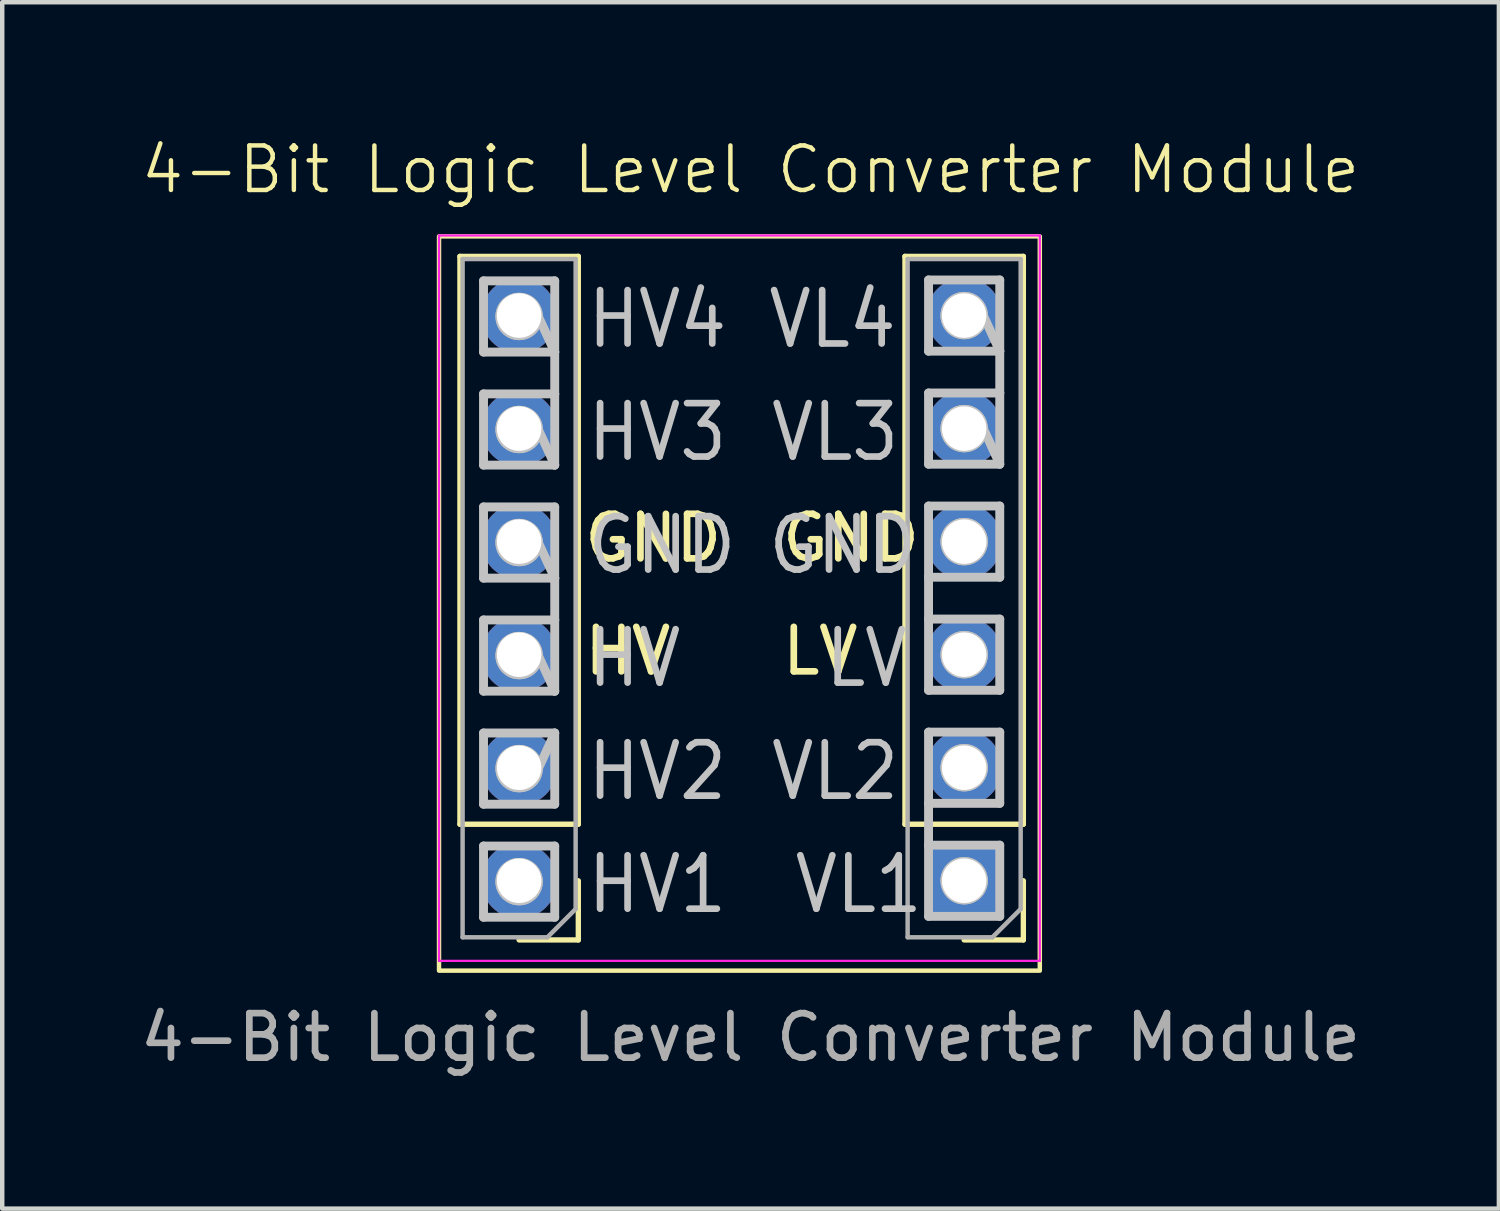
<source format=kicad_pcb>
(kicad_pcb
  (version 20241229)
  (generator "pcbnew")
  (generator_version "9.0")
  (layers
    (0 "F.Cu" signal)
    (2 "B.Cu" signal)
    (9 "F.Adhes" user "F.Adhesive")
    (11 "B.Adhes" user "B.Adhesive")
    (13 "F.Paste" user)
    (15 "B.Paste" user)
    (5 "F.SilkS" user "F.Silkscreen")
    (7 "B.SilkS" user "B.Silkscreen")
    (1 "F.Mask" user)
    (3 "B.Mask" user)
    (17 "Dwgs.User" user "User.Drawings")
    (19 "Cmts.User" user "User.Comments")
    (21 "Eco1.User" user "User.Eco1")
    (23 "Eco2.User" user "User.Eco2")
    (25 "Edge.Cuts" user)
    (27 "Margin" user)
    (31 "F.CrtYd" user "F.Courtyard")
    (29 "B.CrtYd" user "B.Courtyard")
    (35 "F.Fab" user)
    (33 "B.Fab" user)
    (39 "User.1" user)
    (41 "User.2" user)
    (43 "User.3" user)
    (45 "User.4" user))
  (footprint "4-Bit Logic Level Converter Module"
    (layer "F.Cu")
    (at 13.815 10.261)
    (property "Reference" "4-Bit Logic Level Converter Module" (at 0 -9.5 0) (unlocked yes) (layer "F.SilkS") (effects (font (size 1 1) (thickness 0.1))))
    (attr through_hole)
    (fp_line (start -6.53 5.21) (end -6.53 -7.55) (stroke (width 0.12) (type solid)) (layer "F.SilkS"))
    (fp_line (start -3.87 -7.55) (end -6.53 -7.55) (stroke (width 0.12) (type solid)) (layer "F.SilkS"))
    (fp_line (start -3.87 5.21) (end -6.53 5.21) (stroke (width 0.12) (type solid)) (layer "F.SilkS"))
    (fp_line (start -3.87 5.21) (end -3.87 -7.55) (stroke (width 0.12) (type solid)) (layer "F.SilkS"))
    (fp_line (start -3.87 6.48) (end -3.87 7.81) (stroke (width 0.12) (type solid)) (layer "F.SilkS"))
    (fp_line (start -3.87 7.81) (end -5.2 7.81) (stroke (width 0.12) (type solid)) (layer "F.SilkS"))
    (fp_line (start 3.47 5.21) (end 3.47 -7.55) (stroke (width 0.12) (type solid)) (layer "F.SilkS"))
    (fp_line (start 6.13 -7.55) (end 3.47 -7.55) (stroke (width 0.12) (type solid)) (layer "F.SilkS"))
    (fp_line (start 6.13 5.21) (end 3.47 5.21) (stroke (width 0.12) (type solid)) (layer "F.SilkS"))
    (fp_line (start 6.13 5.21) (end 6.13 -7.55) (stroke (width 0.12) (type solid)) (layer "F.SilkS"))
    (fp_line (start 6.13 6.48) (end 6.13 7.81) (stroke (width 0.12) (type solid)) (layer "F.SilkS"))
    (fp_line (start 6.13 7.81) (end 4.8 7.81) (stroke (width 0.12) (type solid)) (layer "F.SilkS"))
    (fp_rect (start -7 -8) (end 6.5 8.5) (stroke (width 0.1) (type default)) (fill no) (layer "F.SilkS"))
    (fp_line (start -6 -7) (end -4.4 -7) (stroke (width 0.2) (type default)) (layer "Dwgs.User"))
    (fp_line (start -6 -5.4) (end -6 -7) (stroke (width 0.2) (type default)) (layer "Dwgs.User"))
    (fp_line (start -6 -4.46) (end -4.4 -4.46) (stroke (width 0.2) (type default)) (layer "Dwgs.User"))
    (fp_line (start -6 -2.86) (end -6 -4.46) (stroke (width 0.2) (type default)) (layer "Dwgs.User"))
    (fp_line (start -6 -1.92) (end -4.4 -1.92) (stroke (width 0.2) (type default)) (layer "Dwgs.User"))
    (fp_line (start -6 -0.32) (end -6 -1.92) (stroke (width 0.2) (type default)) (layer "Dwgs.User"))
    (fp_line (start -6 0.62) (end -4.4 0.62) (stroke (width 0.2) (type default)) (layer "Dwgs.User"))
    (fp_line (start -6 2.22) (end -6 0.62) (stroke (width 0.2) (type default)) (layer "Dwgs.User"))
    (fp_line (start -6 3.16) (end -4.4 3.16) (stroke (width 0.2) (type default)) (layer "Dwgs.User"))
    (fp_line (start -6 4.76) (end -6 3.16) (stroke (width 0.2) (type default)) (layer "Dwgs.User"))
    (fp_line (start -6 5.7) (end -4.4 5.7) (stroke (width 0.2) (type default)) (layer "Dwgs.User"))
    (fp_line (start -6 7.3) (end -6 5.7) (stroke (width 0.2) (type default)) (layer "Dwgs.User"))
    (fp_line (start -4.768 -6.2) (end -4.793 -6.2) (stroke (width 0.2) (type default)) (layer "Dwgs.User"))
    (fp_line (start -4.768 -3.66) (end -4.793 -3.66) (stroke (width 0.2) (type default)) (layer "Dwgs.User"))
    (fp_line (start -4.768 -1.12) (end -4.793 -1.12) (stroke (width 0.2) (type default)) (layer "Dwgs.User"))
    (fp_line (start -4.768 1.42) (end -4.793 1.42) (stroke (width 0.2) (type default)) (layer "Dwgs.User"))
    (fp_line (start -4.768 3.96) (end -4.793 3.96) (stroke (width 0.2) (type default)) (layer "Dwgs.User"))
    (fp_line (start -4.4 -7) (end -4.4 -5.4) (stroke (width 0.2) (type default)) (layer "Dwgs.User"))
    (fp_line (start -4.4 -5.4) (end -6 -5.4) (stroke (width 0.2) (type default)) (layer "Dwgs.User"))
    (fp_line (start -4.4 -5.4) (end -4.768 -6.2) (stroke (width 0.2) (type default)) (layer "Dwgs.User"))
    (fp_line (start -4.4 -4.46) (end -4.4 -5.4) (stroke (width 0.2) (type default)) (layer "Dwgs.User"))
    (fp_line (start -4.4 -4.46) (end -4.4 -2.86) (stroke (width 0.2) (type default)) (layer "Dwgs.User"))
    (fp_line (start -4.4 -2.86) (end -6 -2.86) (stroke (width 0.2) (type default)) (layer "Dwgs.User"))
    (fp_line (start -4.4 -2.86) (end -4.768 -3.66) (stroke (width 0.2) (type default)) (layer "Dwgs.User"))
    (fp_line (start -4.4 -1.92) (end -4.4 -0.32) (stroke (width 0.2) (type default)) (layer "Dwgs.User"))
    (fp_line (start -4.4 -0.32) (end -6 -0.32) (stroke (width 0.2) (type default)) (layer "Dwgs.User"))
    (fp_line (start -4.4 -0.32) (end -4.768 -1.12) (stroke (width 0.2) (type default)) (layer "Dwgs.User"))
    (fp_line (start -4.4 0.62) (end -4.4 -0.32) (stroke (width 0.2) (type default)) (layer "Dwgs.User"))
    (fp_line (start -4.4 0.62) (end -4.4 2.22) (stroke (width 0.2) (type default)) (layer "Dwgs.User"))
    (fp_line (start -4.4 2.22) (end -6 2.22) (stroke (width 0.2) (type default)) (layer "Dwgs.User"))
    (fp_line (start -4.4 2.22) (end -4.768 1.42) (stroke (width 0.2) (type default)) (layer "Dwgs.User"))
    (fp_line (start -4.4 3.16) (end -4.768 3.96) (stroke (width 0.2) (type default)) (layer "Dwgs.User"))
    (fp_line (start -4.4 3.16) (end -4.4 4.76) (stroke (width 0.2) (type default)) (layer "Dwgs.User"))
    (fp_line (start -4.4 4.76) (end -6 4.76) (stroke (width 0.2) (type default)) (layer "Dwgs.User"))
    (fp_line (start -4.4 5.7) (end -4.4 7.3) (stroke (width 0.2) (type default)) (layer "Dwgs.User"))
    (fp_line (start -4.4 7.3) (end -6 7.3) (stroke (width 0.2) (type default)) (layer "Dwgs.User"))
    (fp_line (start 4 -7.02) (end 5.6 -7.02) (stroke (width 0.2) (type default)) (layer "Dwgs.User"))
    (fp_line (start 4 -5.42) (end 4 -7.02) (stroke (width 0.2) (type default)) (layer "Dwgs.User"))
    (fp_line (start 4 -4.48) (end 5.6 -4.48) (stroke (width 0.2) (type default)) (layer "Dwgs.User"))
    (fp_line (start 4 -2.88) (end 4 -4.48) (stroke (width 0.2) (type default)) (layer "Dwgs.User"))
    (fp_line (start 4 -1.94) (end 5.6 -1.94) (stroke (width 0.2) (type default)) (layer "Dwgs.User"))
    (fp_line (start 4 -0.34) (end 4 -1.94) (stroke (width 0.2) (type default)) (layer "Dwgs.User"))
    (fp_line (start 4 -0.34) (end 4 0.6) (stroke (width 0.2) (type default)) (layer "Dwgs.User"))
    (fp_line (start 4 0.6) (end 5.6 0.6) (stroke (width 0.2) (type default)) (layer "Dwgs.User"))
    (fp_line (start 4 2.2) (end 4 0.6) (stroke (width 0.2) (type default)) (layer "Dwgs.User"))
    (fp_line (start 4 3.14) (end 5.6 3.14) (stroke (width 0.2) (type default)) (layer "Dwgs.User"))
    (fp_line (start 4 4.74) (end 4 3.14) (stroke (width 0.2) (type default)) (layer "Dwgs.User"))
    (fp_line (start 4 5.68) (end 4 4.74) (stroke (width 0.2) (type default)) (layer "Dwgs.User"))
    (fp_line (start 4 5.68) (end 5.6 5.68) (stroke (width 0.2) (type default)) (layer "Dwgs.User"))
    (fp_line (start 4 7.28) (end 4 5.68) (stroke (width 0.2) (type default)) (layer "Dwgs.User"))
    (fp_line (start 5.232 -6.22) (end 5.207 -6.22) (stroke (width 0.2) (type default)) (layer "Dwgs.User"))
    (fp_line (start 5.232 -3.68) (end 5.207 -3.68) (stroke (width 0.2) (type default)) (layer "Dwgs.User"))
    (fp_line (start 5.6 -7.02) (end 5.6 -5.42) (stroke (width 0.2) (type default)) (layer "Dwgs.User"))
    (fp_line (start 5.6 -5.42) (end 4 -5.42) (stroke (width 0.2) (type default)) (layer "Dwgs.User"))
    (fp_line (start 5.6 -5.42) (end 5.232 -6.22) (stroke (width 0.2) (type default)) (layer "Dwgs.User"))
    (fp_line (start 5.6 -4.48) (end 5.6 -5.42) (stroke (width 0.2) (type default)) (layer "Dwgs.User"))
    (fp_line (start 5.6 -4.48) (end 5.6 -2.88) (stroke (width 0.2) (type default)) (layer "Dwgs.User"))
    (fp_line (start 5.6 -2.88) (end 4 -2.88) (stroke (width 0.2) (type default)) (layer "Dwgs.User"))
    (fp_line (start 5.6 -2.88) (end 5.232 -3.68) (stroke (width 0.2) (type default)) (layer "Dwgs.User"))
    (fp_line (start 5.6 -1.94) (end 5.6 -0.34) (stroke (width 0.2) (type default)) (layer "Dwgs.User"))
    (fp_line (start 5.6 -0.34) (end 4 -0.34) (stroke (width 0.2) (type default)) (layer "Dwgs.User"))
    (fp_line (start 5.6 0.6) (end 5.6 2.2) (stroke (width 0.2) (type default)) (layer "Dwgs.User"))
    (fp_line (start 5.6 2.2) (end 4 2.2) (stroke (width 0.2) (type default)) (layer "Dwgs.User"))
    (fp_line (start 5.6 3.14) (end 5.6 4.74) (stroke (width 0.2) (type default)) (layer "Dwgs.User"))
    (fp_line (start 5.6 4.74) (end 4 4.74) (stroke (width 0.2) (type default)) (layer "Dwgs.User"))
    (fp_line (start 5.6 5.68) (end 5.6 7.28) (stroke (width 0.2) (type default)) (layer "Dwgs.User"))
    (fp_line (start 5.6 7.28) (end 4 7.28) (stroke (width 0.2) (type default)) (layer "Dwgs.User"))
    (fp_circle (center -5.2 -6.2) (end -4.793 -6.2) (stroke (width 0.2) (type default)) (fill no) (layer "Dwgs.User"))
    (fp_circle (center -5.2 -6.2) (end -4.768 -6.2) (stroke (width 0.2) (type default)) (fill no) (layer "Dwgs.User"))
    (fp_circle (center -5.2 -6.2) (end -4.768 -6.2) (stroke (width 0.2) (type default)) (fill no) (layer "Dwgs.User"))
    (fp_circle (center -5.2 -3.66) (end -4.793 -3.66) (stroke (width 0.2) (type default)) (fill no) (layer "Dwgs.User"))
    (fp_circle (center -5.2 -3.66) (end -4.768 -3.66) (stroke (width 0.2) (type default)) (fill no) (layer "Dwgs.User"))
    (fp_circle (center -5.2 -3.66) (end -4.768 -3.66) (stroke (width 0.2) (type default)) (fill no) (layer "Dwgs.User"))
    (fp_circle (center -5.2 -1.12) (end -4.793 -1.12) (stroke (width 0.2) (type default)) (fill no) (layer "Dwgs.User"))
    (fp_circle (center -5.2 -1.12) (end -4.768 -1.12) (stroke (width 0.2) (type default)) (fill no) (layer "Dwgs.User"))
    (fp_circle (center -5.2 -1.12) (end -4.768 -1.12) (stroke (width 0.2) (type default)) (fill no) (layer "Dwgs.User"))
    (fp_circle (center -5.2 1.42) (end -4.793 1.42) (stroke (width 0.2) (type default)) (fill no) (layer "Dwgs.User"))
    (fp_circle (center -5.2 1.42) (end -4.768 1.42) (stroke (width 0.2) (type default)) (fill no) (layer "Dwgs.User"))
    (fp_circle (center -5.2 1.42) (end -4.768 1.42) (stroke (width 0.2) (type default)) (fill no) (layer "Dwgs.User"))
    (fp_circle (center -5.2 3.96) (end -4.793 3.96) (stroke (width 0.2) (type default)) (fill no) (layer "Dwgs.User"))
    (fp_circle (center -5.2 3.96) (end -4.768 3.96) (stroke (width 0.2) (type default)) (fill no) (layer "Dwgs.User"))
    (fp_circle (center -5.2 3.96) (end -4.768 3.96) (stroke (width 0.2) (type default)) (fill no) (layer "Dwgs.User"))
    (fp_circle (center -5.2 6.5) (end -4.793 6.5) (stroke (width 0.2) (type default)) (fill no) (layer "Dwgs.User"))
    (fp_circle (center -5.2 6.5) (end -4.768 6.5) (stroke (width 0.2) (type default)) (fill no) (layer "Dwgs.User"))
    (fp_circle (center -5.2 6.5) (end -4.768 6.5) (stroke (width 0.2) (type default)) (fill no) (layer "Dwgs.User"))
    (fp_circle (center 4.8 -6.22) (end 5.207 -6.22) (stroke (width 0.2) (type default)) (fill no) (layer "Dwgs.User"))
    (fp_circle (center 4.8 -6.22) (end 5.232 -6.22) (stroke (width 0.2) (type default)) (fill no) (layer "Dwgs.User"))
    (fp_circle (center 4.8 -6.22) (end 5.232 -6.22) (stroke (width 0.2) (type default)) (fill no) (layer "Dwgs.User"))
    (fp_circle (center 4.8 -3.68) (end 5.207 -3.68) (stroke (width 0.2) (type default)) (fill no) (layer "Dwgs.User"))
    (fp_circle (center 4.8 -3.68) (end 5.232 -3.68) (stroke (width 0.2) (type default)) (fill no) (layer "Dwgs.User"))
    (fp_circle (center 4.8 -3.68) (end 5.232 -3.68) (stroke (width 0.2) (type default)) (fill no) (layer "Dwgs.User"))
    (fp_circle (center 4.8 -1.14) (end 5.207 -1.14) (stroke (width 0.2) (type default)) (fill no) (layer "Dwgs.User"))
    (fp_circle (center 4.8 -1.14) (end 5.232 -1.14) (stroke (width 0.2) (type default)) (fill no) (layer "Dwgs.User"))
    (fp_circle (center 4.8 -1.14) (end 5.232 -1.14) (stroke (width 0.2) (type default)) (fill no) (layer "Dwgs.User"))
    (fp_circle (center 4.8 1.4) (end 5.207 1.4) (stroke (width 0.2) (type default)) (fill no) (layer "Dwgs.User"))
    (fp_circle (center 4.8 1.4) (end 5.232 1.4) (stroke (width 0.2) (type default)) (fill no) (layer "Dwgs.User"))
    (fp_circle (center 4.8 1.4) (end 5.232 1.4) (stroke (width 0.2) (type default)) (fill no) (layer "Dwgs.User"))
    (fp_circle (center 4.8 3.94) (end 5.207 3.94) (stroke (width 0.2) (type default)) (fill no) (layer "Dwgs.User"))
    (fp_circle (center 4.8 3.94) (end 5.232 3.94) (stroke (width 0.2) (type default)) (fill no) (layer "Dwgs.User"))
    (fp_circle (center 4.8 3.94) (end 5.232 3.94) (stroke (width 0.2) (type default)) (fill no) (layer "Dwgs.User"))
    (fp_circle (center 4.8 6.48) (end 5.207 6.48) (stroke (width 0.2) (type default)) (fill no) (layer "Dwgs.User"))
    (fp_circle (center 4.8 6.48) (end 5.232 6.48) (stroke (width 0.2) (type default)) (fill no) (layer "Dwgs.User"))
    (fp_circle (center 4.8 6.48) (end 5.232 6.48) (stroke (width 0.2) (type default)) (fill no) (layer "Dwgs.User"))
    (fp_line (start -7 -8.02) (end -7 8.28) (stroke (width 0.05) (type solid)) (layer "F.CrtYd"))
    (fp_line (start -7 8.28) (end 6.5 8.28) (stroke (width 0.05) (type solid)) (layer "F.CrtYd"))
    (fp_line (start 6.5 -8.02) (end -7 -8.02) (stroke (width 0.05) (type solid)) (layer "F.CrtYd"))
    (fp_line (start 6.5 8.28) (end 6.5 -8.02) (stroke (width 0.05) (type solid)) (layer "F.CrtYd"))
    (fp_line (start -6.47 -7.49) (end -3.93 -7.49) (stroke (width 0.1) (type solid)) (layer "F.Fab"))
    (fp_line (start -6.47 7.75) (end -6.47 -7.49) (stroke (width 0.1) (type solid)) (layer "F.Fab"))
    (fp_line (start -4.565 7.75) (end -6.47 7.75) (stroke (width 0.1) (type solid)) (layer "F.Fab"))
    (fp_line (start -3.93 -7.49) (end -3.93 7.115) (stroke (width 0.1) (type solid)) (layer "F.Fab"))
    (fp_line (start -3.93 7.115) (end -4.565 7.75) (stroke (width 0.1) (type solid)) (layer "F.Fab"))
    (fp_line (start 3.53 -7.49) (end 6.07 -7.49) (stroke (width 0.1) (type solid)) (layer "F.Fab"))
    (fp_line (start 3.53 7.75) (end 3.53 -7.49) (stroke (width 0.1) (type solid)) (layer "F.Fab"))
    (fp_line (start 5.435 7.75) (end 3.53 7.75) (stroke (width 0.1) (type solid)) (layer "F.Fab"))
    (fp_line (start 6.07 -7.49) (end 6.07 7.115) (stroke (width 0.1) (type solid)) (layer "F.Fab"))
    (fp_line (start 6.07 7.115) (end 5.435 7.75) (stroke (width 0.1) (type solid)) (layer "F.Fab"))
    (fp_text user "GND" (at -3.81 -0.635 0) (unlocked yes) (layer "F.SilkS") (effects (font (size 1 1) (thickness 0.15)) (justify left bottom)))
    (fp_text user "GND" (at 0.635 -0.635 0) (unlocked yes) (layer "F.SilkS") (effects (font (size 1 1) (thickness 0.15)) (justify left bottom)))
    (fp_text user "HV" (at -3.81 1.905 0) (unlocked yes) (layer "F.SilkS") (effects (font (size 1 1) (thickness 0.15)) (justify left bottom)))
    (fp_text user "LV" (at 0.635 1.905 0) (unlocked yes) (layer "F.SilkS") (effects (font (size 1 1) (thickness 0.15)) (justify left bottom)))
    (fp_text user "GND" (at 0.328 -0.358 0) (unlocked yes) (layer "Dwgs.User") (effects (font (size 1.2 1.08) (thickness 0.15)) (justify left bottom)))
    (fp_text user "VL3" (at 0.387 -2.898 0) (unlocked yes) (layer "Dwgs.User") (effects (font (size 1.2 1.08) (thickness 0.15)) (justify left bottom)))
    (fp_text user "HV" (at -3.736 2.182 0) (unlocked yes) (layer "Dwgs.User") (effects (font (size 1.2 1.08) (thickness 0.15)) (justify left bottom)))
    (fp_text user "LV" (at 1.603 2.182 0) (unlocked yes) (layer "Dwgs.User") (effects (font (size 1.2 1.08) (thickness 0.15)) (justify left bottom)))
    (fp_text user "HV1" (at -3.736 7.262 0) (unlocked yes) (layer "Dwgs.User") (effects (font (size 1.2 1.08) (thickness 0.15)) (justify left bottom)))
    (fp_text user "GND" (at -3.736 -0.358 0) (unlocked yes) (layer "Dwgs.User") (effects (font (size 1.2 1.08) (thickness 0.15)) (justify left bottom)))
    (fp_text user "HV4" (at -3.736 -5.438 0) (unlocked yes) (layer "Dwgs.User") (effects (font (size 1.2 1.08) (thickness 0.15)) (justify left bottom)))
    (fp_text user "HV3" (at -3.736 -2.898 0) (unlocked yes) (layer "Dwgs.User") (effects (font (size 1.2 1.08) (thickness 0.15)) (justify left bottom)))
    (fp_text user "VL1" (at 0.917 7.262 0) (unlocked yes) (layer "Dwgs.User") (effects (font (size 1.2 1.08) (thickness 0.15)) (justify left bottom)))
    (fp_text user "VL4" (at 0.328 -5.438 0) (unlocked yes) (layer "Dwgs.User") (effects (font (size 1.2 1.08) (thickness 0.15)) (justify left bottom)))
    (fp_text user "HV2" (at -3.736 4.722 0) (unlocked yes) (layer "Dwgs.User") (effects (font (size 1.2 1.08) (thickness 0.15)) (justify left bottom)))
    (fp_text user "VL2" (at 0.387 4.722 0) (unlocked yes) (layer "Dwgs.User") (effects (font (size 1.2 1.08) (thickness 0.15)) (justify left bottom)))
    (fp_text user "${REFERENCE}" (at 0 10 0) (unlocked yes) (layer "F.Fab") (effects (font (size 1 1) (thickness 0.15))))
    (pad "1" thru_hole rect (at 4.8 6.48 180) (size 1.7 1.7) (drill 1) (layers "*.Cu" "*.Mask"))
    (pad "2" thru_hole oval (at 4.8 3.94 180) (size 1.7 1.7) (drill 1) (layers "*.Cu" "*.Mask"))
    (pad "3" thru_hole oval (at 4.8 1.4 180) (size 1.7 1.7) (drill 1) (layers "*.Cu" "*.Mask"))
    (pad "4" thru_hole oval (at 4.8 -1.14 180) (size 1.7 1.7) (drill 1) (layers "*.Cu" "*.Mask"))
    (pad "5" thru_hole oval (at 4.8 -3.68 180) (size 1.7 1.7) (drill 1) (layers "*.Cu" "*.Mask"))
    (pad "6" thru_hole oval (at 4.8 -6.22 180) (size 1.7 1.7) (drill 1) (layers "*.Cu" "*.Mask"))
    (pad "7" thru_hole oval (at -5.2 -6.22 180) (size 1.7 1.7) (drill 1) (layers "*.Cu" "*.Mask"))
    (pad "8" thru_hole oval (at -5.2 -3.68 180) (size 1.7 1.7) (drill 1) (layers "*.Cu" "*.Mask"))
    (pad "9" thru_hole oval (at -5.2 -1.14 180) (size 1.7 1.7) (drill 1) (layers "*.Cu" "*.Mask"))
    (pad "10" thru_hole oval (at -5.2 1.4 180) (size 1.7 1.7) (drill 1) (layers "*.Cu" "*.Mask"))
    (pad "11" thru_hole oval (at -5.2 3.94 180) (size 1.7 1.7) (drill 1) (layers "*.Cu" "*.Mask"))
    (pad "12" thru_hole circle (at -5.2 6.48 180) (size 1.7 1.7) (drill 1) (layers "*.Cu" "*.Mask")))
  (gr_rect
    (start -3 -3)
    (end 30.631 24.109)
    (stroke (width 0.1) (type default))
    (fill no)
    (layer "Edge.Cuts")))
</source>
